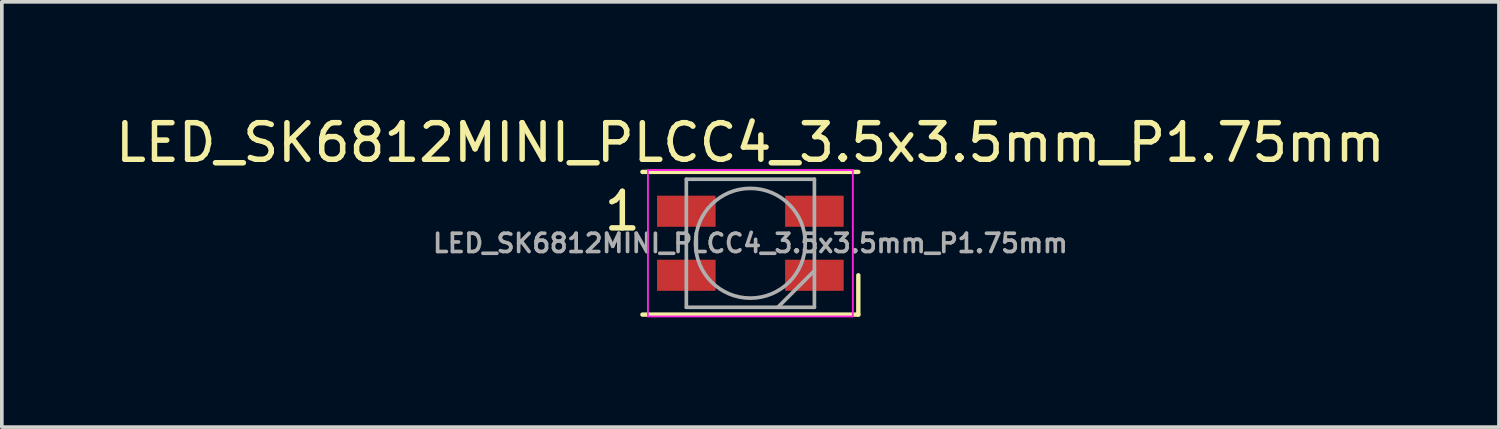
<source format=kicad_pcb>
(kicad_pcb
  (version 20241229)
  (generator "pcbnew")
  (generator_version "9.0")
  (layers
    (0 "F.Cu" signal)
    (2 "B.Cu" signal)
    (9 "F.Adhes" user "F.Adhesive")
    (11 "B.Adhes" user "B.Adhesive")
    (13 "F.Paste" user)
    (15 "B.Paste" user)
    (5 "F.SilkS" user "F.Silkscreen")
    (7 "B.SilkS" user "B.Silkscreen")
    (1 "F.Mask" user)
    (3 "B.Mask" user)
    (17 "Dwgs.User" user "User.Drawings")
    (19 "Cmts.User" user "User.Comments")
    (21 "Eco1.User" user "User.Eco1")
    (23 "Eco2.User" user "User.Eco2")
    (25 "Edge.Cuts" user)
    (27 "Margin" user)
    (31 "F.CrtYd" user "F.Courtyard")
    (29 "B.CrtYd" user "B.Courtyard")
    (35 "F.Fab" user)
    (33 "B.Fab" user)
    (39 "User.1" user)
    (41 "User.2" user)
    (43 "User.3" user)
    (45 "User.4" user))
  (footprint "LED_SK6812MINI_PLCC4_3.5x3.5mm_P1.75mm"
    (layer "F.Cu")
    (at 17.458 3.598)
    (property "Reference" "LED_SK6812MINI_PLCC4_3.5x3.5mm_P1.75mm" (at 0 -2.75 0) (layer "F.SilkS") (effects (font (size 1 1) (thickness 0.15))))
    (attr smd)
    (fp_line (start -2.95 -1.95) (end 2.95 -1.95) (stroke (width 0.12) (type solid)) (layer "F.SilkS"))
    (fp_line (start -2.95 1.95) (end 2.95 1.95) (stroke (width 0.12) (type solid)) (layer "F.SilkS"))
    (fp_line (start 2.95 1.95) (end 2.95 0.875) (stroke (width 0.12) (type solid)) (layer "F.SilkS"))
    (fp_line (start -2.8 -2) (end -2.8 2) (stroke (width 0.05) (type solid)) (layer "F.CrtYd"))
    (fp_line (start -2.8 2) (end 2.8 2) (stroke (width 0.05) (type solid)) (layer "F.CrtYd"))
    (fp_line (start 2.8 -2) (end -2.8 -2) (stroke (width 0.05) (type solid)) (layer "F.CrtYd"))
    (fp_line (start 2.8 2) (end 2.8 -2) (stroke (width 0.05) (type solid)) (layer "F.CrtYd"))
    (fp_line (start -1.75 -1.75) (end -1.75 1.75) (stroke (width 0.1) (type solid)) (layer "F.Fab"))
    (fp_line (start -1.75 1.75) (end 1.75 1.75) (stroke (width 0.1) (type solid)) (layer "F.Fab"))
    (fp_line (start 1.75 -1.75) (end -1.75 -1.75) (stroke (width 0.1) (type solid)) (layer "F.Fab"))
    (fp_line (start 1.75 0.75) (end 0.75 1.75) (stroke (width 0.1) (type solid)) (layer "F.Fab"))
    (fp_line (start 1.75 1.75) (end 1.75 -1.75) (stroke (width 0.1) (type solid)) (layer "F.Fab"))
    (fp_circle (center 0 0) (end 0 -1.5) (stroke (width 0.1) (type solid)) (fill no) (layer "F.Fab"))
    (fp_text user "1" (at -3.5 -0.875 0) (layer "F.SilkS") (effects (font (size 1 1) (thickness 0.15))))
    (fp_text user "${REFERENCE}" (at 0 0 0) (layer "F.Fab") (effects (font (size 0.5 0.5) (thickness 0.1))))
    (pad "1" smd rect (at -1.75 -0.875) (size 1.6 0.85) (layers "F.Cu" "F.Mask" "F.Paste"))
    (pad "2" smd rect (at -1.75 0.875) (size 1.6 0.85) (layers "F.Cu" "F.Mask" "F.Paste"))
    (pad "3" smd rect (at 1.75 0.875) (size 1.6 0.85) (layers "F.Cu" "F.Mask" "F.Paste"))
    (pad "4" smd rect (at 1.75 -0.875) (size 1.6 0.85) (layers "F.Cu" "F.Mask" "F.Paste")))
  (gr_rect
    (start -3 -3)
    (end 37.917 8.623)
    (stroke (width 0.1) (type default))
    (fill no)
    (layer "Edge.Cuts")))
</source>
